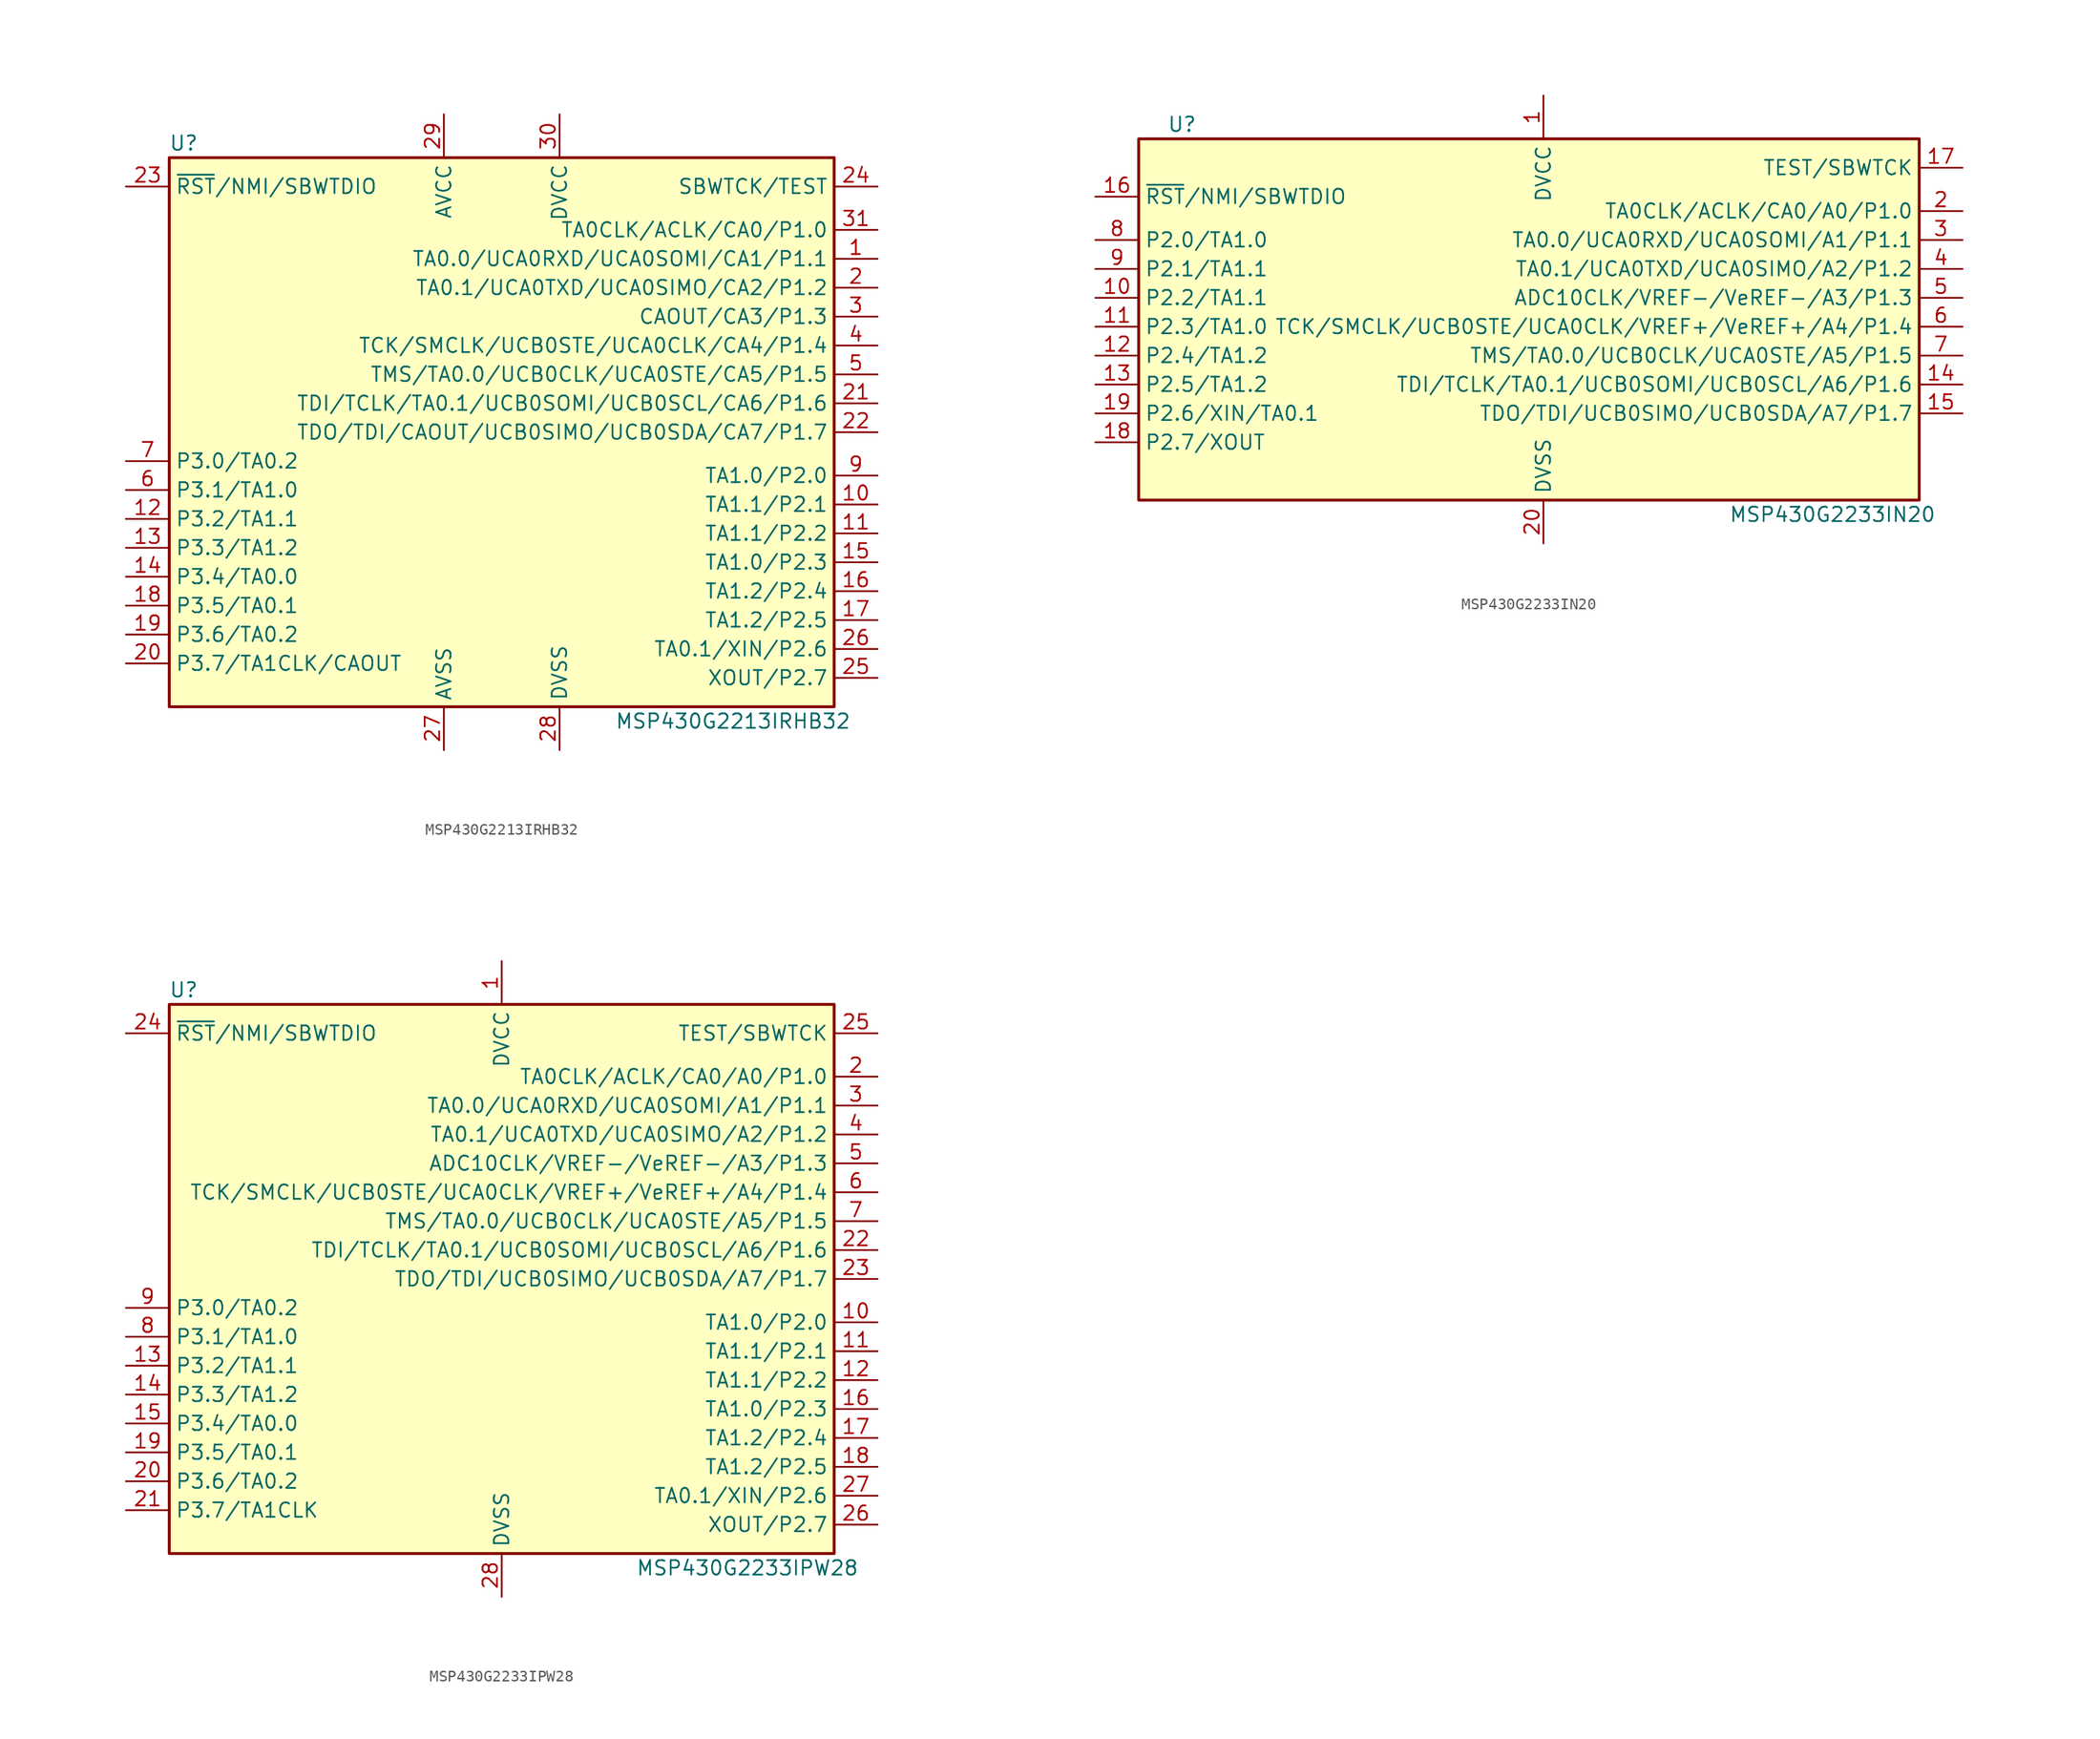
<source format=kicad_sym>
(kicad_symbol_lib
  (version 20201005)
  (generator kicad_symbol_editor)
  (symbol "MSP430G2213IRHB32"
    (property "Reference" "U"
      (at -27.94 25.4 0)
      (effects (font (size 1.27 1.27))))
    (property "Value" "MSP430G2213IRHB32"
      (at 20.32 -25.4 0)
      (effects (font (size 1.27 1.27))))
    (symbol "MSP430G2213IRHB32_0_1"
      (rectangle (start -29.21 24.13) (end 29.21 -24.13) (stroke (width 0.254)) (fill (type background))))
    (symbol "MSP430G2213IRHB32_1_1"
      (pin bidirectional line (at 33.02 15.24 180) (length 3.81) (name "TA0.0/UCA0RXD/UCA0SOMI/CA1/P1.1" (effects (font (size 1.27 1.27)))) (number "1" (effects (font (size 1.27 1.27)))))
      (pin bidirectional line (at 33.02 -6.35 180) (length 3.81) (name "TA1.1/P2.1" (effects (font (size 1.27 1.27)))) (number "10" (effects (font (size 1.27 1.27)))))
      (pin bidirectional line (at 33.02 -8.89 180) (length 3.81) (name "TA1.1/P2.2" (effects (font (size 1.27 1.27)))) (number "11" (effects (font (size 1.27 1.27)))))
      (pin bidirectional line (at -33.02 -7.62 0) (length 3.81) (name "P3.2/TA1.1" (effects (font (size 1.27 1.27)))) (number "12" (effects (font (size 1.27 1.27)))))
      (pin bidirectional line (at -33.02 -10.16 0) (length 3.81) (name "P3.3/TA1.2" (effects (font (size 1.27 1.27)))) (number "13" (effects (font (size 1.27 1.27)))))
      (pin bidirectional line (at -33.02 -12.7 0) (length 3.81) (name "P3.4/TA0.0" (effects (font (size 1.27 1.27)))) (number "14" (effects (font (size 1.27 1.27)))))
      (pin bidirectional line (at 33.02 -11.43 180) (length 3.81) (name "TA1.0/P2.3" (effects (font (size 1.27 1.27)))) (number "15" (effects (font (size 1.27 1.27)))))
      (pin bidirectional line (at 33.02 -13.97 180) (length 3.81) (name "TA1.2/P2.4" (effects (font (size 1.27 1.27)))) (number "16" (effects (font (size 1.27 1.27)))))
      (pin bidirectional line (at 33.02 -16.51 180) (length 3.81) (name "TA1.2/P2.5" (effects (font (size 1.27 1.27)))) (number "17" (effects (font (size 1.27 1.27)))))
      (pin bidirectional line (at -33.02 -15.24 0) (length 3.81) (name "P3.5/TA0.1" (effects (font (size 1.27 1.27)))) (number "18" (effects (font (size 1.27 1.27)))))
      (pin bidirectional line (at -33.02 -17.78 0) (length 3.81) (name "P3.6/TA0.2" (effects (font (size 1.27 1.27)))) (number "19" (effects (font (size 1.27 1.27)))))
      (pin bidirectional line (at 33.02 12.7 180) (length 3.81) (name "TA0.1/UCA0TXD/UCA0SIMO/CA2/P1.2" (effects (font (size 1.27 1.27)))) (number "2" (effects (font (size 1.27 1.27)))))
      (pin bidirectional line (at -33.02 -20.32 0) (length 3.81) (name "P3.7/TA1CLK/CAOUT" (effects (font (size 1.27 1.27)))) (number "20" (effects (font (size 1.27 1.27)))))
      (pin bidirectional line (at 33.02 2.54 180) (length 3.81) (name "TDI/TCLK/TA0.1/UCB0SOMI/UCB0SCL/CA6/P1.6" (effects (font (size 1.27 1.27)))) (number "21" (effects (font (size 1.27 1.27)))))
      (pin bidirectional line (at 33.02 0 180) (length 3.81) (name "TDO/TDI/CAOUT/UCB0SIMO/UCB0SDA/CA7/P1.7" (effects (font (size 1.27 1.27)))) (number "22" (effects (font (size 1.27 1.27)))))
      (pin input line (at -33.02 21.59 0) (length 3.81) (name "~RST~/NMI/SBWTDIO" (effects (font (size 1.27 1.27)))) (number "23" (effects (font (size 1.27 1.27)))))
      (pin input line (at 33.02 21.59 180) (length 3.81) (name "SBWTCK/TEST" (effects (font (size 1.27 1.27)))) (number "24" (effects (font (size 1.27 1.27)))))
      (pin bidirectional line (at 33.02 -21.59 180) (length 3.81) (name "XOUT/P2.7" (effects (font (size 1.27 1.27)))) (number "25" (effects (font (size 1.27 1.27)))))
      (pin bidirectional line (at 33.02 -19.05 180) (length 3.81) (name "TA0.1/XIN/P2.6" (effects (font (size 1.27 1.27)))) (number "26" (effects (font (size 1.27 1.27)))))
      (pin power_in line (at -5.08 -27.94 90) (length 3.81) (name "AVSS" (effects (font (size 1.27 1.27)))) (number "27" (effects (font (size 1.27 1.27)))))
      (pin power_in line (at 5.08 -27.94 90) (length 3.81) (name "DVSS" (effects (font (size 1.27 1.27)))) (number "28" (effects (font (size 1.27 1.27)))))
      (pin power_in line (at -5.08 27.94 270) (length 3.81) (name "AVCC" (effects (font (size 1.27 1.27)))) (number "29" (effects (font (size 1.27 1.27)))))
      (pin bidirectional line (at 33.02 10.16 180) (length 3.81) (name "CAOUT/CA3/P1.3" (effects (font (size 1.27 1.27)))) (number "3" (effects (font (size 1.27 1.27)))))
      (pin power_in line (at 5.08 27.94 270) (length 3.81) (name "DVCC" (effects (font (size 1.27 1.27)))) (number "30" (effects (font (size 1.27 1.27)))))
      (pin bidirectional line (at 33.02 17.78 180) (length 3.81) (name "TA0CLK/ACLK/CA0/P1.0" (effects (font (size 1.27 1.27)))) (number "31" (effects (font (size 1.27 1.27)))))
      (pin bidirectional line (at 33.02 7.62 180) (length 3.81) (name "TCK/SMCLK/UCB0STE/UCA0CLK/CA4/P1.4" (effects (font (size 1.27 1.27)))) (number "4" (effects (font (size 1.27 1.27)))))
      (pin bidirectional line (at 33.02 5.08 180) (length 3.81) (name "TMS/TA0.0/UCB0CLK/UCA0STE/CA5/P1.5" (effects (font (size 1.27 1.27)))) (number "5" (effects (font (size 1.27 1.27)))))
      (pin bidirectional line (at -33.02 -5.08 0) (length 3.81) (name "P3.1/TA1.0" (effects (font (size 1.27 1.27)))) (number "6" (effects (font (size 1.27 1.27)))))
      (pin bidirectional line (at -33.02 -2.54 0) (length 3.81) (name "P3.0/TA0.2" (effects (font (size 1.27 1.27)))) (number "7" (effects (font (size 1.27 1.27)))))
      (pin bidirectional line (at 33.02 -3.81 180) (length 3.81) (name "TA1.0/P2.0" (effects (font (size 1.27 1.27)))) (number "9" (effects (font (size 1.27 1.27)))))))
  (symbol "MSP430G2233IN20"
    (property "Reference" "U"
      (at -30.48 17.78 0)
      (effects (font (size 1.27 1.27))))
    (property "Value" "MSP430G2233IN20"
      (at 26.67 -16.51 0)
      (effects (font (size 1.27 1.27))))
    (symbol "MSP430G2233IN20_0_1"
      (rectangle (start -34.29 16.51) (end 34.29 -15.24) (stroke (width 0.254)) (fill (type background))))
    (symbol "MSP430G2233IN20_1_1"
      (pin power_in line (at 1.27 20.32 270) (length 3.81) (name "DVCC" (effects (font (size 1.27 1.27)))) (number "1" (effects (font (size 1.27 1.27)))))
      (pin bidirectional line (at -38.1 2.54 0) (length 3.81) (name "P2.2/TA1.1" (effects (font (size 1.27 1.27)))) (number "10" (effects (font (size 1.27 1.27)))))
      (pin bidirectional line (at -38.1 0 0) (length 3.81) (name "P2.3/TA1.0" (effects (font (size 1.27 1.27)))) (number "11" (effects (font (size 1.27 1.27)))))
      (pin bidirectional line (at -38.1 -2.54 0) (length 3.81) (name "P2.4/TA1.2" (effects (font (size 1.27 1.27)))) (number "12" (effects (font (size 1.27 1.27)))))
      (pin bidirectional line (at -38.1 -5.08 0) (length 3.81) (name "P2.5/TA1.2" (effects (font (size 1.27 1.27)))) (number "13" (effects (font (size 1.27 1.27)))))
      (pin bidirectional line (at 38.1 -5.08 180) (length 3.81) (name "TDI/TCLK/TA0.1/UCB0SOMI/UCB0SCL/A6/P1.6" (effects (font (size 1.27 1.27)))) (number "14" (effects (font (size 1.27 1.27)))))
      (pin bidirectional line (at 38.1 -7.62 180) (length 3.81) (name "TDO/TDI/UCB0SIMO/UCB0SDA/A7/P1.7" (effects (font (size 1.27 1.27)))) (number "15" (effects (font (size 1.27 1.27)))))
      (pin input line (at -38.1 11.43 0) (length 3.81) (name "~RST~/NMI/SBWTDIO" (effects (font (size 1.27 1.27)))) (number "16" (effects (font (size 1.27 1.27)))))
      (pin input line (at 38.1 13.97 180) (length 3.81) (name "TEST/SBWTCK" (effects (font (size 1.27 1.27)))) (number "17" (effects (font (size 1.27 1.27)))))
      (pin bidirectional line (at -38.1 -10.16 0) (length 3.81) (name "P2.7/XOUT" (effects (font (size 1.27 1.27)))) (number "18" (effects (font (size 1.27 1.27)))))
      (pin bidirectional line (at -38.1 -7.62 0) (length 3.81) (name "P2.6/XIN/TA0.1" (effects (font (size 1.27 1.27)))) (number "19" (effects (font (size 1.27 1.27)))))
      (pin bidirectional line (at 38.1 10.16 180) (length 3.81) (name "TA0CLK/ACLK/CA0/A0/P1.0" (effects (font (size 1.27 1.27)))) (number "2" (effects (font (size 1.27 1.27)))))
      (pin power_in line (at 1.27 -19.05 90) (length 3.81) (name "DVSS" (effects (font (size 1.27 1.27)))) (number "20" (effects (font (size 1.27 1.27)))))
      (pin bidirectional line (at 38.1 7.62 180) (length 3.81) (name "TA0.0/UCA0RXD/UCA0SOMI/A1/P1.1" (effects (font (size 1.27 1.27)))) (number "3" (effects (font (size 1.27 1.27)))))
      (pin bidirectional line (at 38.1 5.08 180) (length 3.81) (name "TA0.1/UCA0TXD/UCA0SIMO/A2/P1.2" (effects (font (size 1.27 1.27)))) (number "4" (effects (font (size 1.27 1.27)))))
      (pin bidirectional line (at 38.1 2.54 180) (length 3.81) (name "ADC10CLK/VREF-/VeREF-/A3/P1.3" (effects (font (size 1.27 1.27)))) (number "5" (effects (font (size 1.27 1.27)))))
      (pin bidirectional line (at 38.1 0 180) (length 3.81) (name "TCK/SMCLK/UCB0STE/UCA0CLK/VREF+/VeREF+/A4/P1.4" (effects (font (size 1.27 1.27)))) (number "6" (effects (font (size 1.27 1.27)))))
      (pin bidirectional line (at 38.1 -2.54 180) (length 3.81) (name "TMS/TA0.0/UCB0CLK/UCA0STE/A5/P1.5" (effects (font (size 1.27 1.27)))) (number "7" (effects (font (size 1.27 1.27)))))
      (pin bidirectional line (at -38.1 7.62 0) (length 3.81) (name "P2.0/TA1.0" (effects (font (size 1.27 1.27)))) (number "8" (effects (font (size 1.27 1.27)))))
      (pin bidirectional line (at -38.1 5.08 0) (length 3.81) (name "P2.1/TA1.1" (effects (font (size 1.27 1.27)))) (number "9" (effects (font (size 1.27 1.27)))))))
  (symbol "MSP430G2233IPW28"
    (property "Reference" "U"
      (at -27.94 25.4 0)
      (effects (font (size 1.27 1.27))))
    (property "Value" "MSP430G2233IPW28"
      (at 21.59 -25.4 0)
      (effects (font (size 1.27 1.27))))
    (symbol "MSP430G2233IPW28_0_1"
      (rectangle (start -29.21 24.13) (end 29.21 -24.13) (stroke (width 0.254)) (fill (type background))))
    (symbol "MSP430G2233IPW28_1_1"
      (pin power_in line (at 0 27.94 270) (length 3.81) (name "DVCC" (effects (font (size 1.27 1.27)))) (number "1" (effects (font (size 1.27 1.27)))))
      (pin bidirectional line (at 33.02 -3.81 180) (length 3.81) (name "TA1.0/P2.0" (effects (font (size 1.27 1.27)))) (number "10" (effects (font (size 1.27 1.27)))))
      (pin bidirectional line (at 33.02 -6.35 180) (length 3.81) (name "TA1.1/P2.1" (effects (font (size 1.27 1.27)))) (number "11" (effects (font (size 1.27 1.27)))))
      (pin bidirectional line (at 33.02 -8.89 180) (length 3.81) (name "TA1.1/P2.2" (effects (font (size 1.27 1.27)))) (number "12" (effects (font (size 1.27 1.27)))))
      (pin bidirectional line (at -33.02 -7.62 0) (length 3.81) (name "P3.2/TA1.1" (effects (font (size 1.27 1.27)))) (number "13" (effects (font (size 1.27 1.27)))))
      (pin bidirectional line (at -33.02 -10.16 0) (length 3.81) (name "P3.3/TA1.2" (effects (font (size 1.27 1.27)))) (number "14" (effects (font (size 1.27 1.27)))))
      (pin bidirectional line (at -33.02 -12.7 0) (length 3.81) (name "P3.4/TA0.0" (effects (font (size 1.27 1.27)))) (number "15" (effects (font (size 1.27 1.27)))))
      (pin bidirectional line (at 33.02 -11.43 180) (length 3.81) (name "TA1.0/P2.3" (effects (font (size 1.27 1.27)))) (number "16" (effects (font (size 1.27 1.27)))))
      (pin bidirectional line (at 33.02 -13.97 180) (length 3.81) (name "TA1.2/P2.4" (effects (font (size 1.27 1.27)))) (number "17" (effects (font (size 1.27 1.27)))))
      (pin bidirectional line (at 33.02 -16.51 180) (length 3.81) (name "TA1.2/P2.5" (effects (font (size 1.27 1.27)))) (number "18" (effects (font (size 1.27 1.27)))))
      (pin bidirectional line (at -33.02 -15.24 0) (length 3.81) (name "P3.5/TA0.1" (effects (font (size 1.27 1.27)))) (number "19" (effects (font (size 1.27 1.27)))))
      (pin bidirectional line (at 33.02 17.78 180) (length 3.81) (name "TA0CLK/ACLK/CA0/A0/P1.0" (effects (font (size 1.27 1.27)))) (number "2" (effects (font (size 1.27 1.27)))))
      (pin bidirectional line (at -33.02 -17.78 0) (length 3.81) (name "P3.6/TA0.2" (effects (font (size 1.27 1.27)))) (number "20" (effects (font (size 1.27 1.27)))))
      (pin bidirectional line (at -33.02 -20.32 0) (length 3.81) (name "P3.7/TA1CLK" (effects (font (size 1.27 1.27)))) (number "21" (effects (font (size 1.27 1.27)))))
      (pin bidirectional line (at 33.02 2.54 180) (length 3.81) (name "TDI/TCLK/TA0.1/UCB0SOMI/UCB0SCL/A6/P1.6" (effects (font (size 1.27 1.27)))) (number "22" (effects (font (size 1.27 1.27)))))
      (pin bidirectional line (at 33.02 0 180) (length 3.81) (name "TDO/TDI/UCB0SIMO/UCB0SDA/A7/P1.7" (effects (font (size 1.27 1.27)))) (number "23" (effects (font (size 1.27 1.27)))))
      (pin input line (at -33.02 21.59 0) (length 3.81) (name "~RST~/NMI/SBWTDIO" (effects (font (size 1.27 1.27)))) (number "24" (effects (font (size 1.27 1.27)))))
      (pin input line (at 33.02 21.59 180) (length 3.81) (name "TEST/SBWTCK" (effects (font (size 1.27 1.27)))) (number "25" (effects (font (size 1.27 1.27)))))
      (pin bidirectional line (at 33.02 -21.59 180) (length 3.81) (name "XOUT/P2.7" (effects (font (size 1.27 1.27)))) (number "26" (effects (font (size 1.27 1.27)))))
      (pin bidirectional line (at 33.02 -19.05 180) (length 3.81) (name "TA0.1/XIN/P2.6" (effects (font (size 1.27 1.27)))) (number "27" (effects (font (size 1.27 1.27)))))
      (pin power_in line (at 0 -27.94 90) (length 3.81) (name "DVSS" (effects (font (size 1.27 1.27)))) (number "28" (effects (font (size 1.27 1.27)))))
      (pin bidirectional line (at 33.02 15.24 180) (length 3.81) (name "TA0.0/UCA0RXD/UCA0SOMI/A1/P1.1" (effects (font (size 1.27 1.27)))) (number "3" (effects (font (size 1.27 1.27)))))
      (pin bidirectional line (at 33.02 12.7 180) (length 3.81) (name "TA0.1/UCA0TXD/UCA0SIMO/A2/P1.2" (effects (font (size 1.27 1.27)))) (number "4" (effects (font (size 1.27 1.27)))))
      (pin bidirectional line (at 33.02 10.16 180) (length 3.81) (name "ADC10CLK/VREF-/VeREF-/A3/P1.3" (effects (font (size 1.27 1.27)))) (number "5" (effects (font (size 1.27 1.27)))))
      (pin bidirectional line (at 33.02 7.62 180) (length 3.81) (name "TCK/SMCLK/UCB0STE/UCA0CLK/VREF+/VeREF+/A4/P1.4" (effects (font (size 1.27 1.27)))) (number "6" (effects (font (size 1.27 1.27)))))
      (pin bidirectional line (at 33.02 5.08 180) (length 3.81) (name "TMS/TA0.0/UCB0CLK/UCA0STE/A5/P1.5" (effects (font (size 1.27 1.27)))) (number "7" (effects (font (size 1.27 1.27)))))
      (pin bidirectional line (at -33.02 -5.08 0) (length 3.81) (name "P3.1/TA1.0" (effects (font (size 1.27 1.27)))) (number "8" (effects (font (size 1.27 1.27)))))
      (pin bidirectional line (at -33.02 -2.54 0) (length 3.81) (name "P3.0/TA0.2" (effects (font (size 1.27 1.27)))) (number "9" (effects (font (size 1.27 1.27))))))))
</source>
